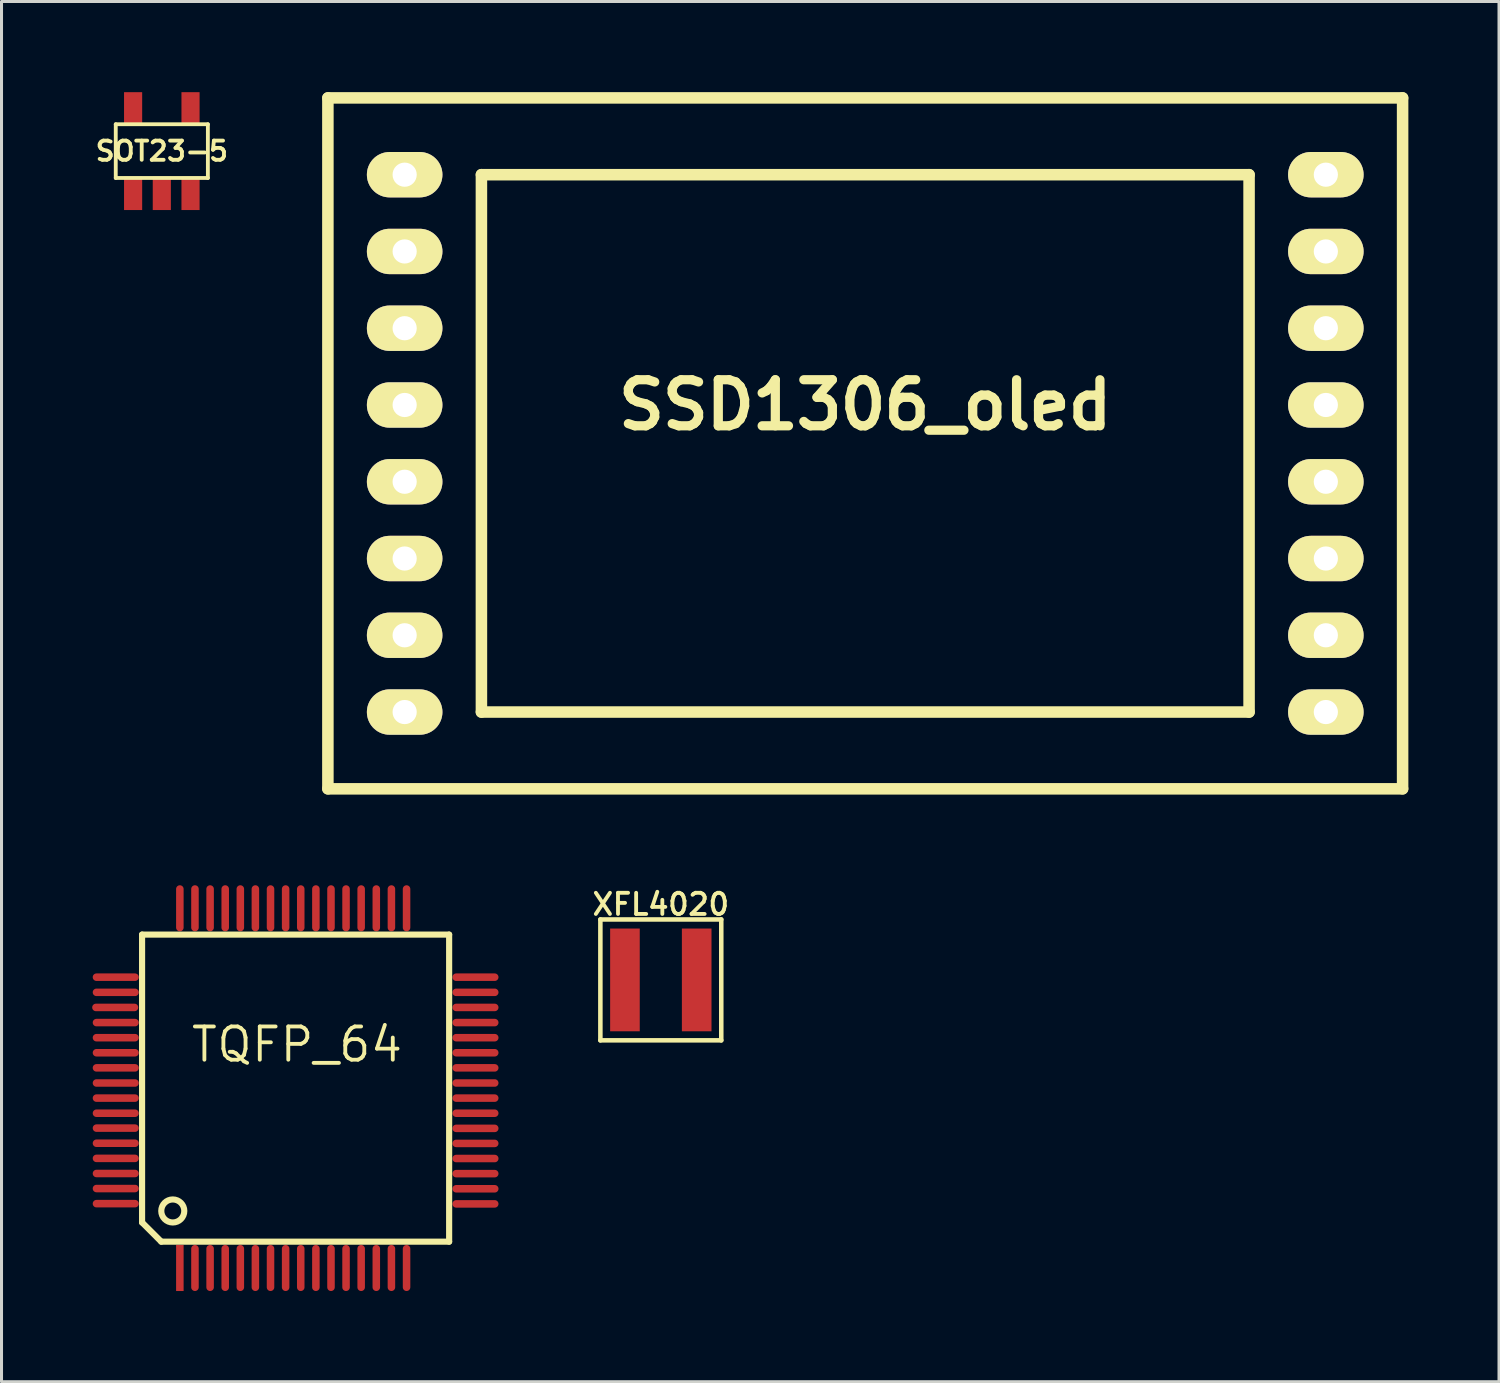
<source format=kicad_pcb>
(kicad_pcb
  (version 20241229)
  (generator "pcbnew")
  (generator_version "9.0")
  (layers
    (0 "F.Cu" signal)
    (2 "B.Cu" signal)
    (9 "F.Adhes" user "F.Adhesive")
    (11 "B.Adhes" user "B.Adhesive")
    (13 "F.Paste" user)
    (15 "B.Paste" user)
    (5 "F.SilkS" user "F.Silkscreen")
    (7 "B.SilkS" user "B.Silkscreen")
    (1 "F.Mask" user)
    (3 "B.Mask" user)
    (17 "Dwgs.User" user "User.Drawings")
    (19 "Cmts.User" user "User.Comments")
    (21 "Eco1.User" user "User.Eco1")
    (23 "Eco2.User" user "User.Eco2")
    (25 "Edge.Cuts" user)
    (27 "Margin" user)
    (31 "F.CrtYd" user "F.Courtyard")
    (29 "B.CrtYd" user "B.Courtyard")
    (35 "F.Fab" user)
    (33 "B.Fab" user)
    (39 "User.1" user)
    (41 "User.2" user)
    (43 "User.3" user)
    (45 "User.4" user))
  (footprint "SOT23-5"
    (layer "F.Cu")
    (at 2.304 1.95)
    (property "Reference" "SOT23-5" (at 0 0 0) (layer "F.SilkS") (effects (font (size 0.635 0.635) (thickness 0.127))))
    (attr smd)
    (fp_line (start -1.524 -0.889) (end 1.524 -0.889) (stroke (width 0.127) (type solid)) (layer "F.SilkS"))
    (fp_line (start -1.524 0.889) (end -1.524 -0.889) (stroke (width 0.127) (type solid)) (layer "F.SilkS"))
    (fp_line (start 1.524 -0.889) (end 1.524 0.889) (stroke (width 0.127) (type solid)) (layer "F.SilkS"))
    (fp_line (start 1.524 0.889) (end -1.524 0.889) (stroke (width 0.127) (type solid)) (layer "F.SilkS"))
    (pad "1" smd rect (at -0.95 1.4) (size 0.6 1.1) (layers "F.Cu" "F.Mask" "F.Paste"))
    (pad "2" smd rect (at 0 1.4) (size 0.6 1.1) (layers "F.Cu" "F.Mask" "F.Paste"))
    (pad "3" smd rect (at 0.95 1.4) (size 0.6 1.1) (layers "F.Cu" "F.Mask" "F.Paste"))
    (pad "4" smd rect (at 0.95 -1.4) (size 0.6 1.1) (layers "F.Cu" "F.Mask" "F.Paste"))
    (pad "5" smd rect (at -0.95 -1.4) (size 0.6 1.1) (layers "F.Cu" "F.Mask" "F.Paste")))
  (footprint "XFL4020"
    (layer "F.Cu")
    (at 18.815 29.373)
    (property "Reference" "XFL4020" (at 0 -2.5 0) (layer "F.SilkS") (effects (font (size 0.7 0.7) (thickness 0.127))))
    (attr through_hole)
    (fp_line (start -2 -2) (end 2 -2) (stroke (width 0.15) (type solid)) (layer "F.SilkS"))
    (fp_line (start -2 2) (end -2 -2) (stroke (width 0.15) (type solid)) (layer "F.SilkS"))
    (fp_line (start 2 -2) (end 2 2) (stroke (width 0.15) (type solid)) (layer "F.SilkS"))
    (fp_line (start 2 2) (end -2 2) (stroke (width 0.15) (type solid)) (layer "F.SilkS"))
    (pad "1" smd rect (at -1.187 0) (size 0.98 3.4) (layers "F.Cu" "F.Mask" "F.Paste"))
    (pad "2" smd rect (at 1.187 0) (size 0.98 3.4) (layers "F.Cu" "F.Mask" "F.Paste")))
  (footprint "SSD1306_oled"
    (layer "F.Cu")
    (at 25.579 12.89)
    (property "Reference" "SSD1306_oled" (at 0 -2.54 0) (layer "F.SilkS") (effects (font (size 1.524 1.524) (thickness 0.305))))
    (attr through_hole)
    (fp_line (start -17.78 -12.7) (end 17.78 -12.7) (stroke (width 0.381) (type solid)) (layer "F.SilkS"))
    (fp_line (start -17.78 10.16) (end -17.78 -12.7) (stroke (width 0.381) (type solid)) (layer "F.SilkS"))
    (fp_line (start -12.7 -10.16) (end 12.7 -10.16) (stroke (width 0.381) (type solid)) (layer "F.SilkS"))
    (fp_line (start -12.7 7.62) (end -12.7 -10.16) (stroke (width 0.381) (type solid)) (layer "F.SilkS"))
    (fp_line (start 12.7 -10.16) (end 12.7 7.62) (stroke (width 0.381) (type solid)) (layer "F.SilkS"))
    (fp_line (start 12.7 7.62) (end -12.7 7.62) (stroke (width 0.381) (type solid)) (layer "F.SilkS"))
    (fp_line (start 17.78 -12.7) (end 17.78 10.16) (stroke (width 0.381) (type solid)) (layer "F.SilkS"))
    (fp_line (start 17.78 10.16) (end -17.78 10.16) (stroke (width 0.381) (type solid)) (layer "F.SilkS"))
    (pad "1" thru_hole oval (at -15.24 -10.16) (size 2.499 1.501) (drill 0.8) (layers "*.Cu" "*.Mask" "F.SilkS"))
    (pad "2" thru_hole oval (at -15.24 -7.62) (size 2.499 1.501) (drill 0.8) (layers "*.Cu" "*.Mask" "F.SilkS"))
    (pad "3" thru_hole oval (at -15.24 -5.08) (size 2.499 1.501) (drill 0.8) (layers "*.Cu" "*.Mask" "F.SilkS"))
    (pad "4" thru_hole oval (at -15.24 -2.54) (size 2.499 1.501) (drill 0.8) (layers "*.Cu" "*.Mask" "F.SilkS"))
    (pad "5" thru_hole oval (at -15.24 0) (size 2.499 1.501) (drill 0.8) (layers "*.Cu" "*.Mask" "F.SilkS"))
    (pad "6" thru_hole oval (at -15.24 2.54) (size 2.499 1.501) (drill 0.8) (layers "*.Cu" "*.Mask" "F.SilkS"))
    (pad "7" thru_hole oval (at -15.24 5.08) (size 2.499 1.501) (drill 0.8) (layers "*.Cu" "*.Mask" "F.SilkS"))
    (pad "8" thru_hole oval (at -15.24 7.62) (size 2.499 1.501) (drill 0.8) (layers "*.Cu" "*.Mask" "F.SilkS"))
    (pad "9" thru_hole oval (at 15.24 7.62) (size 2.499 1.501) (drill 0.8) (layers "*.Cu" "*.Mask" "F.SilkS"))
    (pad "10" thru_hole oval (at 15.24 5.08) (size 2.499 1.501) (drill 0.8) (layers "*.Cu" "*.Mask" "F.SilkS"))
    (pad "11" thru_hole oval (at 15.24 2.54) (size 2.499 1.501) (drill 0.8) (layers "*.Cu" "*.Mask" "F.SilkS"))
    (pad "12" thru_hole oval (at 15.24 0) (size 2.499 1.501) (drill 0.8) (layers "*.Cu" "*.Mask" "F.SilkS"))
    (pad "13" thru_hole oval (at 15.24 -2.54) (size 2.499 1.501) (drill 0.8) (layers "*.Cu" "*.Mask" "F.SilkS"))
    (pad "14" thru_hole oval (at 15.24 -5.08) (size 2.499 1.501) (drill 0.8) (layers "*.Cu" "*.Mask" "F.SilkS"))
    (pad "15" thru_hole oval (at 15.24 -7.62) (size 2.499 1.501) (drill 0.8) (layers "*.Cu" "*.Mask" "F.SilkS"))
    (pad "16" thru_hole oval (at 15.24 -10.16) (size 2.499 1.501) (drill 0.8) (layers "*.Cu" "*.Mask" "F.SilkS")))
  (footprint "TQFP_64"
    (layer "F.Cu")
    (at 6.65 33.035)
    (property "Reference" "TQFP_64" (at 0.127 -1.524 0) (layer "F.SilkS") (effects (font (size 1.1 1.1) (thickness 0.127))))
    (attr through_hole)
    (fp_line (start -4.999 -5.161) (end -4.999 4.364) (stroke (width 0.203) (type solid)) (layer "F.SilkS"))
    (fp_line (start -4.999 4.364) (end -4.364 4.999) (stroke (width 0.203) (type solid)) (layer "F.SilkS"))
    (fp_line (start -4.364 4.999) (end 5.161 4.999) (stroke (width 0.203) (type solid)) (layer "F.SilkS"))
    (fp_line (start 5.161 -5.161) (end -4.999 -5.161) (stroke (width 0.203) (type solid)) (layer "F.SilkS"))
    (fp_line (start 5.161 4.999) (end 5.161 -5.161) (stroke (width 0.203) (type solid)) (layer "F.SilkS"))
    (fp_circle (center -3.983 3.983) (end -3.983 3.602) (stroke (width 0.203) (type solid)) (fill no) (layer "F.SilkS"))
    (pad "1" smd rect (at -3.749 5.87) (size 0.249 1.524) (layers "F.Cu" "F.Mask" "F.Paste"))
    (pad "2" smd oval (at -3.249 5.87) (size 0.249 1.524) (layers "F.Cu" "F.Mask" "F.Paste"))
    (pad "3" smd oval (at -2.748 5.87) (size 0.249 1.524) (layers "F.Cu" "F.Mask" "F.Paste"))
    (pad "4" smd oval (at -2.248 5.87) (size 0.249 1.524) (layers "F.Cu" "F.Mask" "F.Paste"))
    (pad "5" smd oval (at -1.748 5.87) (size 0.249 1.524) (layers "F.Cu" "F.Mask" "F.Paste"))
    (pad "6" smd oval (at -1.25 5.87) (size 0.249 1.524) (layers "F.Cu" "F.Mask" "F.Paste"))
    (pad "7" smd oval (at -0.749 5.87) (size 0.249 1.524) (layers "F.Cu" "F.Mask" "F.Paste"))
    (pad "8" smd oval (at -0.249 5.87) (size 0.249 1.524) (layers "F.Cu" "F.Mask" "F.Paste"))
    (pad "9" smd oval (at 0.251 5.87) (size 0.249 1.524) (layers "F.Cu" "F.Mask" "F.Paste"))
    (pad "10" smd oval (at 0.752 5.87) (size 0.249 1.524) (layers "F.Cu" "F.Mask" "F.Paste"))
    (pad "11" smd oval (at 1.252 5.87) (size 0.249 1.524) (layers "F.Cu" "F.Mask" "F.Paste"))
    (pad "12" smd oval (at 1.75 5.87) (size 0.249 1.524) (layers "F.Cu" "F.Mask" "F.Paste"))
    (pad "13" smd oval (at 2.25 5.87) (size 0.249 1.524) (layers "F.Cu" "F.Mask" "F.Paste"))
    (pad "14" smd oval (at 2.751 5.87) (size 0.249 1.524) (layers "F.Cu" "F.Mask" "F.Paste"))
    (pad "15" smd oval (at 3.251 5.87) (size 0.249 1.524) (layers "F.Cu" "F.Mask" "F.Paste"))
    (pad "16" smd oval (at 3.752 5.87) (size 0.249 1.524) (layers "F.Cu" "F.Mask" "F.Paste"))
    (pad "17" smd oval (at 6.032 3.749) (size 1.524 0.249) (layers "F.Cu" "F.Mask" "F.Paste"))
    (pad "18" smd oval (at 6.032 3.249) (size 1.524 0.249) (layers "F.Cu" "F.Mask" "F.Paste"))
    (pad "19" smd oval (at 6.032 2.748) (size 1.524 0.249) (layers "F.Cu" "F.Mask" "F.Paste"))
    (pad "20" smd oval (at 6.032 2.248) (size 1.524 0.249) (layers "F.Cu" "F.Mask" "F.Paste"))
    (pad "21" smd oval (at 6.032 1.748) (size 1.524 0.249) (layers "F.Cu" "F.Mask" "F.Paste"))
    (pad "22" smd oval (at 6.032 1.25) (size 1.524 0.249) (layers "F.Cu" "F.Mask" "F.Paste"))
    (pad "23" smd oval (at 6.032 0.749) (size 1.524 0.249) (layers "F.Cu" "F.Mask" "F.Paste"))
    (pad "24" smd oval (at 6.032 0.249) (size 1.524 0.249) (layers "F.Cu" "F.Mask" "F.Paste"))
    (pad "25" smd oval (at 6.032 -0.251) (size 1.524 0.249) (layers "F.Cu" "F.Mask" "F.Paste"))
    (pad "26" smd oval (at 6.032 -0.752) (size 1.524 0.249) (layers "F.Cu" "F.Mask" "F.Paste"))
    (pad "27" smd oval (at 6.032 -1.252) (size 1.524 0.249) (layers "F.Cu" "F.Mask" "F.Paste"))
    (pad "28" smd oval (at 6.032 -1.75) (size 1.524 0.249) (layers "F.Cu" "F.Mask" "F.Paste"))
    (pad "29" smd oval (at 6.032 -2.25) (size 1.524 0.249) (layers "F.Cu" "F.Mask" "F.Paste"))
    (pad "30" smd oval (at 6.032 -2.751) (size 1.524 0.249) (layers "F.Cu" "F.Mask" "F.Paste"))
    (pad "31" smd oval (at 6.032 -3.251) (size 1.524 0.249) (layers "F.Cu" "F.Mask" "F.Paste"))
    (pad "32" smd oval (at 6.032 -3.752) (size 1.524 0.249) (layers "F.Cu" "F.Mask" "F.Paste"))
    (pad "33" smd oval (at 3.752 -6.032) (size 0.249 1.524) (layers "F.Cu" "F.Mask" "F.Paste"))
    (pad "34" smd oval (at 3.251 -6.032) (size 0.249 1.524) (layers "F.Cu" "F.Mask" "F.Paste"))
    (pad "35" smd oval (at 2.751 -6.032) (size 0.249 1.524) (layers "F.Cu" "F.Mask" "F.Paste"))
    (pad "36" smd oval (at 2.25 -6.032) (size 0.249 1.524) (layers "F.Cu" "F.Mask" "F.Paste"))
    (pad "37" smd oval (at 1.75 -6.032) (size 0.249 1.524) (layers "F.Cu" "F.Mask" "F.Paste"))
    (pad "38" smd oval (at 1.252 -6.032) (size 0.249 1.524) (layers "F.Cu" "F.Mask" "F.Paste"))
    (pad "39" smd oval (at 0.752 -6.032) (size 0.249 1.524) (layers "F.Cu" "F.Mask" "F.Paste"))
    (pad "40" smd oval (at 0.251 -6.032) (size 0.249 1.524) (layers "F.Cu" "F.Mask" "F.Paste"))
    (pad "41" smd oval (at -0.249 -6.032) (size 0.249 1.524) (layers "F.Cu" "F.Mask" "F.Paste"))
    (pad "42" smd oval (at -0.749 -6.032) (size 0.249 1.524) (layers "F.Cu" "F.Mask" "F.Paste"))
    (pad "43" smd oval (at -1.25 -6.032) (size 0.249 1.524) (layers "F.Cu" "F.Mask" "F.Paste"))
    (pad "44" smd oval (at -1.748 -6.032) (size 0.249 1.524) (layers "F.Cu" "F.Mask" "F.Paste"))
    (pad "45" smd oval (at -2.248 -6.032) (size 0.249 1.524) (layers "F.Cu" "F.Mask" "F.Paste"))
    (pad "46" smd oval (at -2.748 -6.032) (size 0.249 1.524) (layers "F.Cu" "F.Mask" "F.Paste"))
    (pad "47" smd oval (at -3.249 -6.032) (size 0.249 1.524) (layers "F.Cu" "F.Mask" "F.Paste"))
    (pad "48" smd oval (at -3.749 -6.032) (size 0.249 1.524) (layers "F.Cu" "F.Mask" "F.Paste"))
    (pad "49" smd oval (at -5.87 -3.752) (size 1.524 0.249) (layers "F.Cu" "F.Mask" "F.Paste"))
    (pad "50" smd oval (at -5.87 -3.251) (size 1.524 0.249) (layers "F.Cu" "F.Mask" "F.Paste"))
    (pad "51" smd oval (at -5.888 -2.751) (size 1.524 0.249) (layers "F.Cu" "F.Mask" "F.Paste"))
    (pad "52" smd oval (at -5.87 -2.25) (size 1.524 0.249) (layers "F.Cu" "F.Mask" "F.Paste"))
    (pad "53" smd oval (at -5.87 -1.75) (size 1.524 0.249) (layers "F.Cu" "F.Mask" "F.Paste"))
    (pad "54" smd oval (at -5.87 -1.252) (size 1.524 0.249) (layers "F.Cu" "F.Mask" "F.Paste"))
    (pad "55" smd oval (at -5.87 -0.752) (size 1.524 0.249) (layers "F.Cu" "F.Mask" "F.Paste"))
    (pad "56" smd oval (at -5.87 -0.251) (size 1.524 0.249) (layers "F.Cu" "F.Mask" "F.Paste"))
    (pad "57" smd oval (at -5.87 0.249) (size 1.524 0.249) (layers "F.Cu" "F.Mask" "F.Paste"))
    (pad "58" smd oval (at -5.87 0.749) (size 1.524 0.249) (layers "F.Cu" "F.Mask" "F.Paste"))
    (pad "59" smd oval (at -5.87 1.242) (size 1.524 0.249) (layers "F.Cu" "F.Mask" "F.Paste"))
    (pad "60" smd oval (at -5.87 1.742) (size 1.524 0.249) (layers "F.Cu" "F.Mask" "F.Paste"))
    (pad "61" smd oval (at -5.87 2.243) (size 1.524 0.249) (layers "F.Cu" "F.Mask" "F.Paste"))
    (pad "62" smd oval (at -5.87 2.743) (size 1.524 0.249) (layers "F.Cu" "F.Mask" "F.Paste"))
    (pad "63" smd oval (at -5.87 3.241) (size 1.524 0.249) (layers "F.Cu" "F.Mask" "F.Paste"))
    (pad "64" smd oval (at -5.87 3.741) (size 1.524 0.249) (layers "F.Cu" "F.Mask" "F.Paste")))
  (gr_rect
    (start -3 -3)
    (end 46.549 42.667)
    (stroke (width 0.1) (type default))
    (fill no)
    (layer "Edge.Cuts")))
</source>
